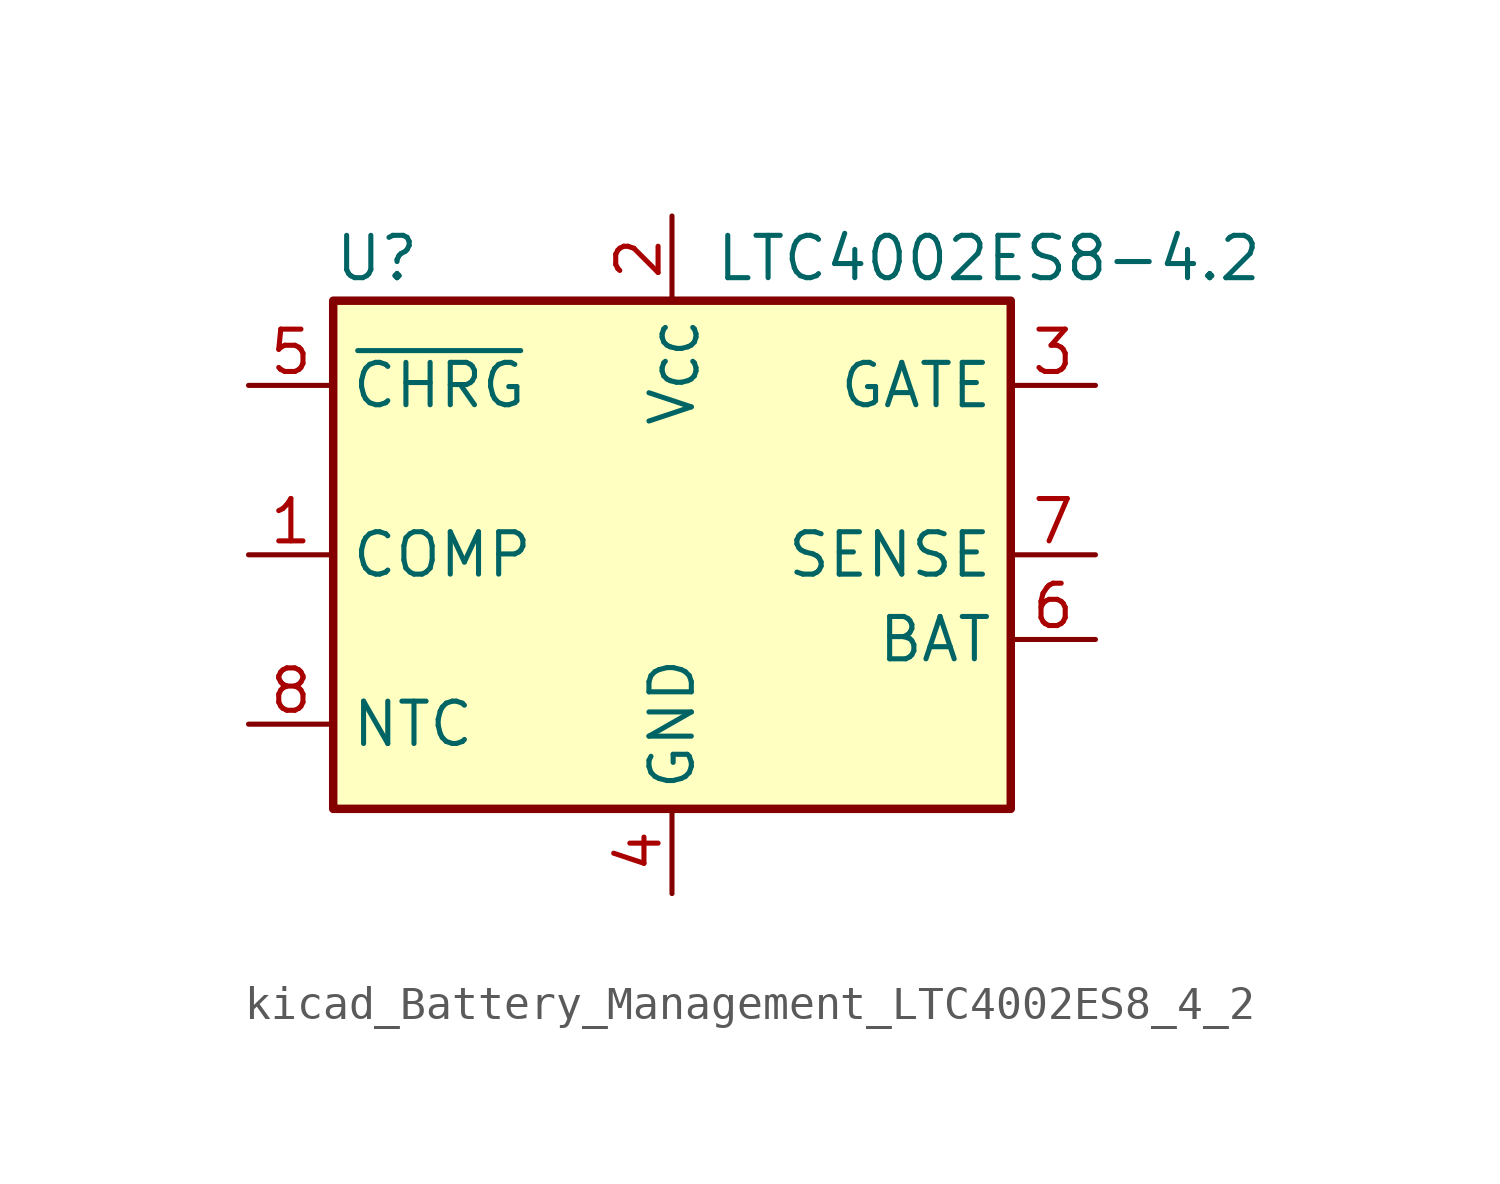
<source format=kicad_sym>
(kicad_symbol_lib
  (version 20220914)
  (generator kicad_symbol_editor)
  (symbol "kicad_Battery_Management_LTC4002ES8_4_2"
    (property "Reference" "U"
      (at -10.16 8.89 0)
      (effects (font (size 1.27 1.27)) (justify left)))
    (property "Value" "LTC4002ES8-4.2"
      (at 1.27 8.89 0)
      (effects (font (size 1.27 1.27)) (justify left)))
    (symbol "kicad_Battery_Management_LTC4002ES8_4_2_0_1"
      (rectangle (start 10.16 -7.62) (end -10.16 7.62) (stroke (width 0.254) (type default)) (fill (type background))))
    (symbol "kicad_Battery_Management_LTC4002ES8_4_2_1_1"
      (pin input line (at -12.7 0 0) (length 2.54) (name "COMP" (effects (font (size 1.27 1.27)))) (number "1" (effects (font (size 1.27 1.27)))))
      (pin power_in line (at 0 10.16 270) (length 2.54) (name "V_{CC}" (effects (font (size 1.27 1.27)))) (number "2" (effects (font (size 1.27 1.27)))))
      (pin output line (at 12.7 5.08 180) (length 2.54) (name "GATE" (effects (font (size 1.27 1.27)))) (number "3" (effects (font (size 1.27 1.27)))))
      (pin power_in line (at 0 -10.16 90) (length 2.54) (name "GND" (effects (font (size 1.27 1.27)))) (number "4" (effects (font (size 1.27 1.27)))))
      (pin open_collector line (at -12.7 5.08 0) (length 2.54) (name "~{CHRG}" (effects (font (size 1.27 1.27)))) (number "5" (effects (font (size 1.27 1.27)))))
      (pin input line (at 12.7 -2.54 180) (length 2.54) (name "BAT" (effects (font (size 1.27 1.27)))) (number "6" (effects (font (size 1.27 1.27)))))
      (pin input line (at 12.7 0 180) (length 2.54) (name "SENSE" (effects (font (size 1.27 1.27)))) (number "7" (effects (font (size 1.27 1.27)))))
      (pin input line (at -12.7 -5.08 0) (length 2.54) (name "NTC" (effects (font (size 1.27 1.27)))) (number "8" (effects (font (size 1.27 1.27))))))))
</source>
